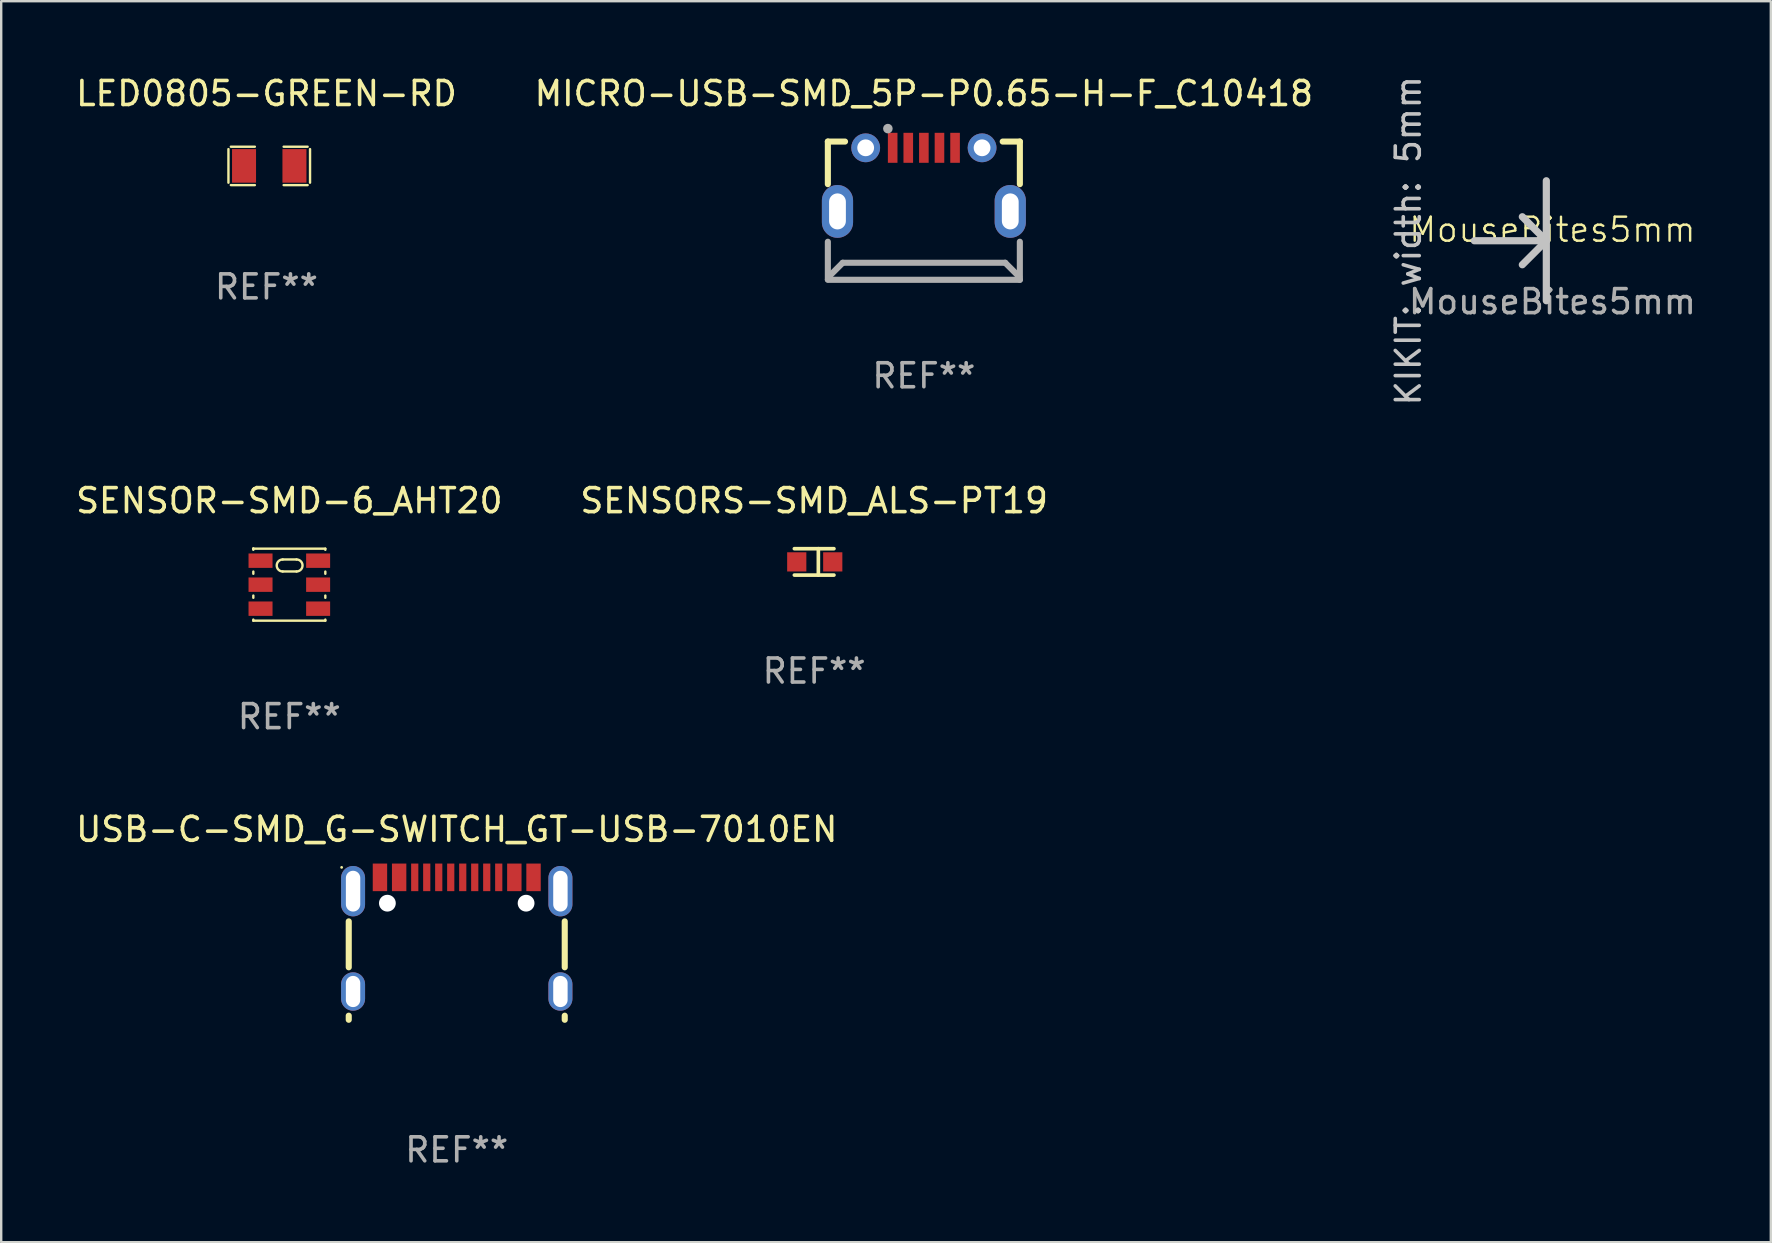
<source format=kicad_pcb>
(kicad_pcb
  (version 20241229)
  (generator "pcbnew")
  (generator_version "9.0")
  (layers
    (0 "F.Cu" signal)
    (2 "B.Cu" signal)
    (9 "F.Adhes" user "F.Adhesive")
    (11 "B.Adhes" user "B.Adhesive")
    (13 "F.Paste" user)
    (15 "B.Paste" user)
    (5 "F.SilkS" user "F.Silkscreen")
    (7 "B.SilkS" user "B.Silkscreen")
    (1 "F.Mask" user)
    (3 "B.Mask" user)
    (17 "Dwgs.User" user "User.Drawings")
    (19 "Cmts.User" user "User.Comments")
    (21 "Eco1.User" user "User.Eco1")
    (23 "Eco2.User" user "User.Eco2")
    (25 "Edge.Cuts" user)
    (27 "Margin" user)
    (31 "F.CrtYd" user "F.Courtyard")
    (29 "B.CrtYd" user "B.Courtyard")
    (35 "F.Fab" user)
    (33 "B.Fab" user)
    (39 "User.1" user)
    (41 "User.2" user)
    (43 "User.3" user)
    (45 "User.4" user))
  (footprint "LED0805-GREEN-RD"
    (layer "F.Cu")
    (at 8.169 3.863)
    (property "Reference" "LED0805-GREEN-RD" (at -0.116 -3.015 0) (layer "F.SilkS") (effects (font (size 1 1) (thickness 0.15))))
    (attr through_hole)
    (fp_line (start -1.7 -0.7) (end -1.7 0.7) (stroke (width 0.1) (type default)) (layer "F.SilkS"))
    (fp_line (start -1.6 0.8) (end -0.6 0.8) (stroke (width 0.1) (type default)) (layer "F.SilkS"))
    (fp_line (start -0.6 -0.8) (end -1.6 -0.8) (stroke (width 0.1) (type default)) (layer "F.SilkS"))
    (fp_line (start 0.6 0.8) (end 1.6 0.8) (stroke (width 0.1) (type default)) (layer "F.SilkS"))
    (fp_line (start 1.6 -0.8) (end 0.6 -0.8) (stroke (width 0.1) (type default)) (layer "F.SilkS"))
    (fp_line (start 1.7 0.7) (end 1.7 -0.7) (stroke (width 0.1) (type default)) (layer "F.SilkS"))
    (fp_text user "REF**" (at -0.116 5.043 0) (layer "F.Fab") (effects (font (size 1 1) (thickness 0.15))))
    (pad "1" smd rect (at 1.05 0 180) (size 1 1.4) (layers "F.Cu" "F.Mask" "F.Paste"))
    (pad "2" smd rect (at -1.05 0 180) (size 1 1.4) (layers "F.Cu" "F.Mask" "F.Paste")))
  (footprint "SENSORS-SMD_ALS-PT19"
    (layer "F.Cu")
    (at 30.9 20.363)
    (property "Reference" "SENSORS-SMD_ALS-PT19" (at -0.025 -2.55 0) (layer "F.SilkS") (effects (font (size 1 1) (thickness 0.15))))
    (attr through_hole)
    (fp_line (start -0.85 -0.55) (end 0.8 -0.55) (stroke (width 0.152) (type solid)) (layer "F.SilkS"))
    (fp_line (start -0.85 0.55) (end 0.8 0.55) (stroke (width 0.152) (type solid)) (layer "F.SilkS"))
    (fp_line (start 0.15 -0.55) (end 0.15 0.55) (stroke (width 0.152) (type solid)) (layer "F.SilkS"))
    (fp_text user "REF**" (at -0.025 4.55 0) (layer "F.Fab") (effects (font (size 1 1) (thickness 0.15))))
    (pad "1" smd rect (at -0.75 0 180) (size 0.8 0.8) (layers "F.Cu" "F.Mask" "F.Paste"))
    (pad "2" smd rect (at 0.75 0 180) (size 0.8 0.8) (layers "F.Cu" "F.Mask" "F.Paste")))
  (footprint "MouseBites5mm"
    (layer "F.Cu")
    (at 61.638 7.022)
    (property "Reference" "MouseBites5mm" (at 0 -0.5 0) (unlocked yes) (layer "F.SilkS") (effects (font (size 1 1) (thickness 0.1))))
    (attr smd)
    (fp_line (start -0.254 -0.04) (end -3.254 -0.04) (stroke (width 0.3) (type solid)) (layer "Dwgs.User"))
    (fp_line (start -0.254 -0.04) (end -1.254 -1.04) (stroke (width 0.3) (type solid)) (layer "Dwgs.User"))
    (fp_line (start -0.254 -0.04) (end -1.254 0.96) (stroke (width 0.3) (type solid)) (layer "Dwgs.User"))
    (fp_line (start -0.254 2.46) (end -0.254 -2.54) (stroke (width 0.3) (type solid)) (layer "Dwgs.User"))
    (fp_text user "KIKIT: width: 5mm" (at -6.004 -0.04 90) (layer "Dwgs.User") (effects (font (size 1 1) (thickness 0.15))))
    (fp_text user "${REFERENCE}" (at 0 2.5 0) (unlocked yes) (layer "F.Fab") (effects (font (size 1 1) (thickness 0.15)))))
  (footprint "USB-C-SMD_G-SWITCH_GT-USB-7010EN"
    (layer "F.Cu")
    (at 15.982 35.887)
    (property "Reference" "USB-C-SMD_G-SWITCH_GT-USB-7010EN" (at 0 -4.378 0) (layer "F.SilkS") (effects (font (size 1 1) (thickness 0.15))))
    (attr through_hole)
    (fp_line (start -4.5 1.369) (end -4.5 -0.544) (stroke (width 0.254) (type solid)) (layer "F.SilkS"))
    (fp_line (start -4.5 3.556) (end -4.5 3.386) (stroke (width 0.254) (type solid)) (layer "F.SilkS"))
    (fp_line (start 4.5 1.369) (end 4.5 -0.544) (stroke (width 0.254) (type solid)) (layer "F.SilkS"))
    (fp_line (start 4.5 3.556) (end 4.5 3.386) (stroke (width 0.254) (type solid)) (layer "F.SilkS"))
    (fp_circle (center -4.796 -2.794) (end -4.766 -2.794) (stroke (width 0.06) (type solid)) (fill no) (layer "F.SilkS"))
    (fp_circle (center -2.89 -1.302) (end -2.765 -1.302) (stroke (width 0.25) (type solid)) (fill no) (layer "F.Fab"))
    (fp_circle (center 2.89 -1.302) (end 3.015 -1.302) (stroke (width 0.25) (type solid)) (fill no) (layer "F.Fab"))
    (fp_text user "REF**" (at 0 8.978 0) (layer "F.Fab") (effects (font (size 1 1) (thickness 0.15))))
    (pad "" np_thru_hole circle (at -2.89 -1.302) (size 0.7 0.7) (drill 0.7) (layers "*.Cu" "*.Mask"))
    (pad "" np_thru_hole circle (at 2.89 -1.302) (size 0.7 0.7) (drill 0.7) (layers "*.Cu" "*.Mask"))
    (pad "1" thru_hole oval (at -4.32 -1.803) (size 1 2.1) (drill oval 0.6 1.7) (layers "*.Cu" "*.Mask"))
    (pad "2" thru_hole oval (at 4.32 -1.803) (size 1 2.1) (drill oval 0.6 1.7) (layers "*.Cu" "*.Mask"))
    (pad "3" thru_hole oval (at 4.32 2.378) (size 1 1.6) (drill oval 0.6 1.3) (layers "*.Cu" "*.Mask"))
    (pad "4" thru_hole oval (at -4.32 2.378) (size 1 1.6) (drill oval 0.6 1.3) (layers "*.Cu" "*.Mask"))
    (pad "A1B12" smd rect (at -3.2 -2.378) (size 0.6 1.15) (layers "F.Cu" "F.Mask" "F.Paste"))
    (pad "A4B9" smd rect (at -2.4 -2.378) (size 0.6 1.15) (layers "F.Cu" "F.Mask" "F.Paste"))
    (pad "A5" smd rect (at -1.25 -2.378) (size 0.3 1.15) (layers "F.Cu" "F.Mask" "F.Paste"))
    (pad "A6" smd rect (at -0.25 -2.378) (size 0.3 1.15) (layers "F.Cu" "F.Mask" "F.Paste"))
    (pad "A7" smd rect (at 0.25 -2.378) (size 0.3 1.15) (layers "F.Cu" "F.Mask" "F.Paste"))
    (pad "A8" smd rect (at 1.25 -2.378) (size 0.3 1.15) (layers "F.Cu" "F.Mask" "F.Paste"))
    (pad "B1A12" smd rect (at 3.2 -2.378) (size 0.6 1.15) (layers "F.Cu" "F.Mask" "F.Paste"))
    (pad "B4A9" smd rect (at 2.4 -2.378) (size 0.6 1.15) (layers "F.Cu" "F.Mask" "F.Paste"))
    (pad "B5" smd rect (at 1.75 -2.378) (size 0.3 1.15) (layers "F.Cu" "F.Mask" "F.Paste"))
    (pad "B6" smd rect (at 0.75 -2.378) (size 0.3 1.15) (layers "F.Cu" "F.Mask" "F.Paste"))
    (pad "B7" smd rect (at -0.75 -2.378) (size 0.3 1.15) (layers "F.Cu" "F.Mask" "F.Paste"))
    (pad "B8" smd rect (at -1.75 -2.378) (size 0.3 1.15) (layers "F.Cu" "F.Mask" "F.Paste")))
  (footprint "MICRO-USB-SMD_5P-P0.65-H-F_C10418"
    (layer "F.Cu")
    (at 35.447 4.434)
    (property "Reference" "MICRO-USB-SMD_5P-P0.65-H-F_C10418" (at -0.000241 -3.585 0) (layer "F.SilkS") (effects (font (size 1 1) (thickness 0.15))))
    (attr through_hole)
    (fp_line (start -4.001 -1.585) (end -4.001 0.189) (stroke (width 0.254) (type solid)) (layer "F.SilkS"))
    (fp_line (start -4.001 -1.585) (end -3.285 -1.585) (stroke (width 0.254) (type solid)) (layer "F.SilkS"))
    (fp_line (start 3.285 -1.585) (end 3.999 -1.585) (stroke (width 0.254) (type solid)) (layer "F.SilkS"))
    (fp_line (start 4 -1.585) (end 4 0.189) (stroke (width 0.254) (type solid)) (layer "F.SilkS"))
    (fp_circle (center -4 -1.613) (end -3.97 -1.613) (stroke (width 0.06) (type solid)) (fill no) (layer "F.SilkS"))
    (fp_line (start -4.001 2.589) (end -4.001 4.155) (stroke (width 0.254) (type solid)) (layer "F.Fab"))
    (fp_line (start -3.971 4.055) (end -3.381 3.465) (stroke (width 0.254) (type solid)) (layer "F.Fab"))
    (fp_line (start 3.389 3.465) (end -3.381 3.465) (stroke (width 0.254) (type solid)) (layer "F.Fab"))
    (fp_line (start 3.979 4.055) (end 3.389 3.465) (stroke (width 0.254) (type solid)) (layer "F.Fab"))
    (fp_line (start 3.999 2.589) (end 3.999 4.175) (stroke (width 0.254) (type solid)) (layer "F.Fab"))
    (fp_line (start 3.999 4.175) (end -4.001 4.175) (stroke (width 0.254) (type solid)) (layer "F.Fab"))
    (fp_circle (center -1.5 -2.125) (end -1.4 -2.125) (stroke (width 0.2) (type solid)) (fill no) (layer "F.Fab"))
    (fp_text user "REF**" (at -0.000241 8.175 0) (layer "F.Fab") (effects (font (size 1 1) (thickness 0.15))))
    (pad "1" smd rect (at -1.3 -1.325 270) (size 1.25 0.4) (layers "F.Cu" "F.Mask" "F.Paste"))
    (pad "2" smd rect (at -0.65 -1.325 270) (size 1.25 0.4) (layers "F.Cu" "F.Mask" "F.Paste"))
    (pad "3" smd rect (at 0 -1.325 270) (size 1.25 0.4) (layers "F.Cu" "F.Mask" "F.Paste"))
    (pad "4" smd rect (at 0.65 -1.325 270) (size 1.25 0.4) (layers "F.Cu" "F.Mask" "F.Paste"))
    (pad "5" smd rect (at 1.3 -1.325 270) (size 1.25 0.4) (layers "F.Cu" "F.Mask" "F.Paste"))
    (pad "SH0" thru_hole circle (at -2.425 -1.325) (size 1.2 1.2) (drill 0.7) (layers "*.Cu" "*.Mask"))
    (pad "SH1" thru_hole oval (at -3.6 1.325) (size 1.3 2.2) (drill oval 0.7 1.5) (layers "*.Cu" "*.Mask"))
    (pad "SH2" thru_hole oval (at 3.6 1.325) (size 1.3 2.2) (drill oval 0.7 1.5) (layers "*.Cu" "*.Mask"))
    (pad "SH3" thru_hole circle (at 2.425 -1.325) (size 1.2 1.2) (drill 0.7) (layers "*.Cu" "*.Mask")))
  (footprint "SENSOR-SMD-6_AHT20"
    (layer "F.Cu")
    (at 9.006 21.313)
    (property "Reference" "SENSOR-SMD-6_AHT20" (at 0 -3.5 0) (layer "F.SilkS") (effects (font (size 1 1) (thickness 0.15))))
    (attr smd)
    (fp_line (start -1.5 -1.5) (end 1.5 -1.5) (stroke (width 0.1) (type solid)) (layer "F.SilkS"))
    (fp_line (start -1.5 -1.454) (end -1.5 -1.5) (stroke (width 0.1) (type solid)) (layer "F.SilkS"))
    (fp_line (start -1.5 -0.454) (end -1.5 -0.546) (stroke (width 0.1) (type solid)) (layer "F.SilkS"))
    (fp_line (start -1.5 0.546) (end -1.5 0.454) (stroke (width 0.1) (type solid)) (layer "F.SilkS"))
    (fp_line (start -1.5 1.5) (end -1.5 1.454) (stroke (width 0.1) (type solid)) (layer "F.SilkS"))
    (fp_line (start -0.275 -1.05) (end 0.299 -1.05) (stroke (width 0.1) (type solid)) (layer "F.SilkS"))
    (fp_line (start -0.275 -0.55) (end 0.3 -0.55) (stroke (width 0.1) (type solid)) (layer "F.SilkS"))
    (fp_line (start 1.5 -1.5) (end 1.5 -1.454) (stroke (width 0.1) (type solid)) (layer "F.SilkS"))
    (fp_line (start 1.5 -0.546) (end 1.5 -0.454) (stroke (width 0.1) (type solid)) (layer "F.SilkS"))
    (fp_line (start 1.5 0.454) (end 1.5 0.546) (stroke (width 0.1) (type solid)) (layer "F.SilkS"))
    (fp_line (start 1.5 1.454) (end 1.5 1.5) (stroke (width 0.1) (type solid)) (layer "F.SilkS"))
    (fp_line (start 1.5 1.5) (end -1.5 1.5) (stroke (width 0.1) (type solid)) (layer "F.SilkS"))
    (fp_arc (start -0.275006 -0.549987) (mid -0.525006 -0.799987) (end -0.275006 -1.049987) (stroke (width 0.1) (type solid)) (layer "F.SilkS"))
    (fp_arc (start 0.298908 -1.050775) (mid 0.547411 -0.800909) (end 0.3 -0.549962) (stroke (width 0.1) (type solid)) (layer "F.SilkS"))
    (fp_circle (center -1.5 -1.5) (end -1.47 -1.5) (stroke (width 0.06) (type solid)) (fill no) (layer "F.SilkS"))
    (fp_text user "REF**" (at 0 5.5 0) (layer "F.Fab") (effects (font (size 1 1) (thickness 0.15))))
    (pad "1" smd rect (at -1.2 -1) (size 1 0.6) (layers "F.Cu" "F.Mask" "F.Paste"))
    (pad "2" smd rect (at -1.2 0) (size 1 0.6) (layers "F.Cu" "F.Mask" "F.Paste"))
    (pad "3" smd rect (at -1.2 1) (size 1 0.6) (layers "F.Cu" "F.Mask" "F.Paste"))
    (pad "4" smd rect (at 1.2 1) (size 1 0.6) (layers "F.Cu" "F.Mask" "F.Paste"))
    (pad "5" smd rect (at 1.2 0) (size 1 0.6) (layers "F.Cu" "F.Mask" "F.Paste"))
    (pad "6" smd rect (at 1.2 -1) (size 1 0.6) (layers "F.Cu" "F.Mask" "F.Paste")))
  (gr_rect
    (start -3 -3)
    (end 70.739 48.712)
    (stroke (width 0.1) (type default))
    (fill no)
    (layer "Edge.Cuts")))
</source>
